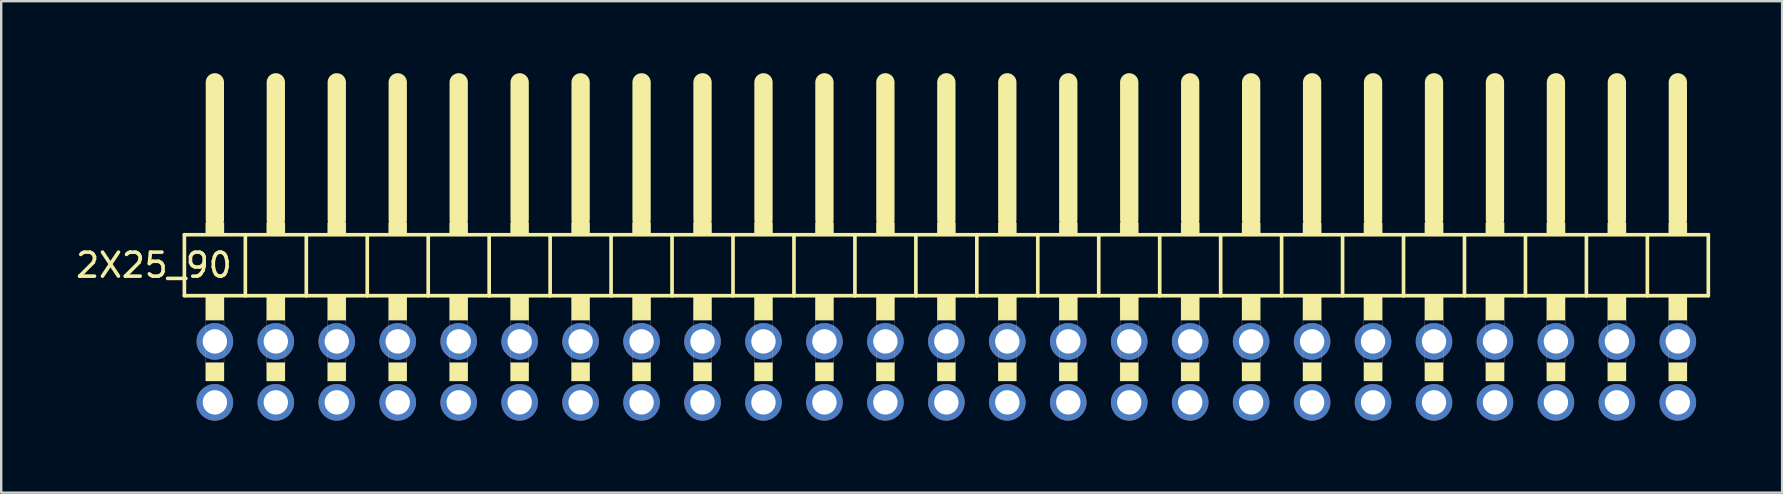
<source format=kicad_pcb>
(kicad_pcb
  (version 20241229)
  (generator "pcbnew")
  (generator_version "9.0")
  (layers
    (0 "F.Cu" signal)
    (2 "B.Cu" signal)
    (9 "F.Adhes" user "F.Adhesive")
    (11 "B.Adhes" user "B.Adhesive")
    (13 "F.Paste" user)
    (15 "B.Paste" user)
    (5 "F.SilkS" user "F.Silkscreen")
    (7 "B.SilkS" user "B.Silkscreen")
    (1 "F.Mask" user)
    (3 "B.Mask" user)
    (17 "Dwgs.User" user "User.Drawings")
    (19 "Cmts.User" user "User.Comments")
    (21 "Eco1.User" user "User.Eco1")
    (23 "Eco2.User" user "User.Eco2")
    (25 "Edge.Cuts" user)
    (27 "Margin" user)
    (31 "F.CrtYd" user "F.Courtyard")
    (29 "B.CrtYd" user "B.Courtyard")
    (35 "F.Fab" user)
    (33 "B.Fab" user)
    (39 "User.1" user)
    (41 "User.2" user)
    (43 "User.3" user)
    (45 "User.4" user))
  (footprint "2X25_90"
    (layer "F.Cu")
    (at 35.113 7.366)
    (property "Reference" "2X25_90" (at -31.75 0.635 180) (layer "F.SilkS") (effects (font (size 1 1) (thickness 0.15))))
    (attr through_hole)
    (fp_line (start -30.48 -0.635) (end -30.48 1.905) (stroke (width 0.152) (type solid)) (layer "F.SilkS"))
    (fp_line (start -30.48 1.905) (end -27.94 1.905) (stroke (width 0.152) (type solid)) (layer "F.SilkS"))
    (fp_line (start -29.21 -6.985) (end -29.21 -1.27) (stroke (width 0.762) (type solid)) (layer "F.SilkS"))
    (fp_line (start -27.94 -0.635) (end -30.48 -0.635) (stroke (width 0.152) (type solid)) (layer "F.SilkS"))
    (fp_line (start -27.94 1.905) (end -27.94 -0.635) (stroke (width 0.152) (type solid)) (layer "F.SilkS"))
    (fp_line (start -27.94 1.905) (end -25.4 1.905) (stroke (width 0.152) (type solid)) (layer "F.SilkS"))
    (fp_line (start -26.67 -6.985) (end -26.67 -1.27) (stroke (width 0.762) (type solid)) (layer "F.SilkS"))
    (fp_line (start -25.4 -0.635) (end -27.94 -0.635) (stroke (width 0.152) (type solid)) (layer "F.SilkS"))
    (fp_line (start -25.4 1.905) (end -25.4 -0.635) (stroke (width 0.152) (type solid)) (layer "F.SilkS"))
    (fp_line (start -25.4 1.905) (end -22.86 1.905) (stroke (width 0.152) (type solid)) (layer "F.SilkS"))
    (fp_line (start -24.13 -6.985) (end -24.13 -1.27) (stroke (width 0.762) (type solid)) (layer "F.SilkS"))
    (fp_line (start -22.86 -0.635) (end -25.4 -0.635) (stroke (width 0.152) (type solid)) (layer "F.SilkS"))
    (fp_line (start -22.86 1.905) (end -22.86 -0.635) (stroke (width 0.152) (type solid)) (layer "F.SilkS"))
    (fp_line (start -22.86 1.905) (end -20.32 1.905) (stroke (width 0.152) (type solid)) (layer "F.SilkS"))
    (fp_line (start -21.59 -6.985) (end -21.59 -1.27) (stroke (width 0.762) (type solid)) (layer "F.SilkS"))
    (fp_line (start -20.32 -0.635) (end -22.86 -0.635) (stroke (width 0.152) (type solid)) (layer "F.SilkS"))
    (fp_line (start -20.32 1.905) (end -20.32 -0.635) (stroke (width 0.152) (type solid)) (layer "F.SilkS"))
    (fp_line (start -20.32 1.905) (end -17.78 1.905) (stroke (width 0.152) (type solid)) (layer "F.SilkS"))
    (fp_line (start -19.05 -6.985) (end -19.05 -1.27) (stroke (width 0.762) (type solid)) (layer "F.SilkS"))
    (fp_line (start -17.78 -0.635) (end -20.32 -0.635) (stroke (width 0.152) (type solid)) (layer "F.SilkS"))
    (fp_line (start -17.78 1.905) (end -17.78 -0.635) (stroke (width 0.152) (type solid)) (layer "F.SilkS"))
    (fp_line (start -17.78 1.905) (end -15.24 1.905) (stroke (width 0.152) (type solid)) (layer "F.SilkS"))
    (fp_line (start -16.51 -6.985) (end -16.51 -1.27) (stroke (width 0.762) (type solid)) (layer "F.SilkS"))
    (fp_line (start -15.24 -0.635) (end -17.78 -0.635) (stroke (width 0.152) (type solid)) (layer "F.SilkS"))
    (fp_line (start -15.24 1.905) (end -15.24 -0.635) (stroke (width 0.152) (type solid)) (layer "F.SilkS"))
    (fp_line (start -15.24 1.905) (end -12.7 1.905) (stroke (width 0.152) (type solid)) (layer "F.SilkS"))
    (fp_line (start -13.97 -6.985) (end -13.97 -1.27) (stroke (width 0.762) (type solid)) (layer "F.SilkS"))
    (fp_line (start -12.7 -0.635) (end -15.24 -0.635) (stroke (width 0.152) (type solid)) (layer "F.SilkS"))
    (fp_line (start -12.7 1.905) (end -12.7 -0.635) (stroke (width 0.152) (type solid)) (layer "F.SilkS"))
    (fp_line (start -12.7 1.905) (end -10.16 1.905) (stroke (width 0.152) (type solid)) (layer "F.SilkS"))
    (fp_line (start -11.43 -6.985) (end -11.43 -1.27) (stroke (width 0.762) (type solid)) (layer "F.SilkS"))
    (fp_line (start -10.16 -0.635) (end -12.7 -0.635) (stroke (width 0.152) (type solid)) (layer "F.SilkS"))
    (fp_line (start -10.16 1.905) (end -10.16 -0.635) (stroke (width 0.152) (type solid)) (layer "F.SilkS"))
    (fp_line (start -10.16 1.905) (end -7.62 1.905) (stroke (width 0.152) (type solid)) (layer "F.SilkS"))
    (fp_line (start -8.89 -6.985) (end -8.89 -1.27) (stroke (width 0.762) (type solid)) (layer "F.SilkS"))
    (fp_line (start -7.62 -0.635) (end -10.16 -0.635) (stroke (width 0.152) (type solid)) (layer "F.SilkS"))
    (fp_line (start -7.62 1.905) (end -7.62 -0.635) (stroke (width 0.152) (type solid)) (layer "F.SilkS"))
    (fp_line (start -7.62 1.905) (end -5.08 1.905) (stroke (width 0.152) (type solid)) (layer "F.SilkS"))
    (fp_line (start -6.35 -6.985) (end -6.35 -1.27) (stroke (width 0.762) (type solid)) (layer "F.SilkS"))
    (fp_line (start -5.08 -0.635) (end -7.62 -0.635) (stroke (width 0.152) (type solid)) (layer "F.SilkS"))
    (fp_line (start -5.08 1.905) (end -5.08 -0.635) (stroke (width 0.152) (type solid)) (layer "F.SilkS"))
    (fp_line (start -5.08 1.905) (end -2.54 1.905) (stroke (width 0.152) (type solid)) (layer "F.SilkS"))
    (fp_line (start -3.81 -6.985) (end -3.81 -1.27) (stroke (width 0.762) (type solid)) (layer "F.SilkS"))
    (fp_line (start -2.54 -0.635) (end -5.08 -0.635) (stroke (width 0.152) (type solid)) (layer "F.SilkS"))
    (fp_line (start -2.54 1.905) (end -2.54 -0.635) (stroke (width 0.152) (type solid)) (layer "F.SilkS"))
    (fp_line (start -2.54 1.905) (end 0 1.905) (stroke (width 0.152) (type solid)) (layer "F.SilkS"))
    (fp_line (start -1.27 -6.985) (end -1.27 -1.27) (stroke (width 0.762) (type solid)) (layer "F.SilkS"))
    (fp_line (start 0 -0.635) (end -2.54 -0.635) (stroke (width 0.152) (type solid)) (layer "F.SilkS"))
    (fp_line (start 0 1.905) (end 0 -0.635) (stroke (width 0.152) (type solid)) (layer "F.SilkS"))
    (fp_line (start 0 1.905) (end 2.54 1.905) (stroke (width 0.152) (type solid)) (layer "F.SilkS"))
    (fp_line (start 1.27 -6.985) (end 1.27 -1.27) (stroke (width 0.762) (type solid)) (layer "F.SilkS"))
    (fp_line (start 2.54 -0.635) (end 0 -0.635) (stroke (width 0.152) (type solid)) (layer "F.SilkS"))
    (fp_line (start 2.54 1.905) (end 2.54 -0.635) (stroke (width 0.152) (type solid)) (layer "F.SilkS"))
    (fp_line (start 2.54 1.905) (end 5.08 1.905) (stroke (width 0.152) (type solid)) (layer "F.SilkS"))
    (fp_line (start 3.81 -6.985) (end 3.81 -1.27) (stroke (width 0.762) (type solid)) (layer "F.SilkS"))
    (fp_line (start 5.08 -0.635) (end 2.54 -0.635) (stroke (width 0.152) (type solid)) (layer "F.SilkS"))
    (fp_line (start 5.08 1.905) (end 5.08 -0.635) (stroke (width 0.152) (type solid)) (layer "F.SilkS"))
    (fp_line (start 5.08 1.905) (end 7.62 1.905) (stroke (width 0.152) (type solid)) (layer "F.SilkS"))
    (fp_line (start 6.35 -6.985) (end 6.35 -1.27) (stroke (width 0.762) (type solid)) (layer "F.SilkS"))
    (fp_line (start 7.62 -0.635) (end 5.08 -0.635) (stroke (width 0.152) (type solid)) (layer "F.SilkS"))
    (fp_line (start 7.62 1.905) (end 7.62 -0.635) (stroke (width 0.152) (type solid)) (layer "F.SilkS"))
    (fp_line (start 7.62 1.905) (end 10.16 1.905) (stroke (width 0.152) (type solid)) (layer "F.SilkS"))
    (fp_line (start 8.89 -6.985) (end 8.89 -1.27) (stroke (width 0.762) (type solid)) (layer "F.SilkS"))
    (fp_line (start 10.16 -0.635) (end 7.62 -0.635) (stroke (width 0.152) (type solid)) (layer "F.SilkS"))
    (fp_line (start 10.16 1.905) (end 10.16 -0.635) (stroke (width 0.152) (type solid)) (layer "F.SilkS"))
    (fp_line (start 10.16 1.905) (end 12.7 1.905) (stroke (width 0.152) (type solid)) (layer "F.SilkS"))
    (fp_line (start 11.43 -6.985) (end 11.43 -1.27) (stroke (width 0.762) (type solid)) (layer "F.SilkS"))
    (fp_line (start 12.7 -0.635) (end 10.16 -0.635) (stroke (width 0.152) (type solid)) (layer "F.SilkS"))
    (fp_line (start 12.7 1.905) (end 12.7 -0.635) (stroke (width 0.152) (type solid)) (layer "F.SilkS"))
    (fp_line (start 12.7 1.905) (end 15.24 1.905) (stroke (width 0.152) (type solid)) (layer "F.SilkS"))
    (fp_line (start 13.97 -6.985) (end 13.97 -1.27) (stroke (width 0.762) (type solid)) (layer "F.SilkS"))
    (fp_line (start 15.24 -0.635) (end 12.7 -0.635) (stroke (width 0.152) (type solid)) (layer "F.SilkS"))
    (fp_line (start 15.24 1.905) (end 15.24 -0.635) (stroke (width 0.152) (type solid)) (layer "F.SilkS"))
    (fp_line (start 15.24 1.905) (end 17.78 1.905) (stroke (width 0.152) (type solid)) (layer "F.SilkS"))
    (fp_line (start 16.51 -6.985) (end 16.51 -1.27) (stroke (width 0.762) (type solid)) (layer "F.SilkS"))
    (fp_line (start 17.78 -0.635) (end 15.24 -0.635) (stroke (width 0.152) (type solid)) (layer "F.SilkS"))
    (fp_line (start 17.78 1.905) (end 17.78 -0.635) (stroke (width 0.152) (type solid)) (layer "F.SilkS"))
    (fp_line (start 17.78 1.905) (end 20.32 1.905) (stroke (width 0.152) (type solid)) (layer "F.SilkS"))
    (fp_line (start 19.05 -6.985) (end 19.05 -1.27) (stroke (width 0.762) (type solid)) (layer "F.SilkS"))
    (fp_line (start 20.32 -0.635) (end 17.78 -0.635) (stroke (width 0.152) (type solid)) (layer "F.SilkS"))
    (fp_line (start 20.32 1.905) (end 20.32 -0.635) (stroke (width 0.152) (type solid)) (layer "F.SilkS"))
    (fp_line (start 20.32 1.905) (end 22.86 1.905) (stroke (width 0.152) (type solid)) (layer "F.SilkS"))
    (fp_line (start 21.59 -6.985) (end 21.59 -1.27) (stroke (width 0.762) (type solid)) (layer "F.SilkS"))
    (fp_line (start 22.86 -0.635) (end 20.32 -0.635) (stroke (width 0.152) (type solid)) (layer "F.SilkS"))
    (fp_line (start 22.86 1.905) (end 22.86 -0.635) (stroke (width 0.152) (type solid)) (layer "F.SilkS"))
    (fp_line (start 22.86 1.905) (end 25.4 1.905) (stroke (width 0.152) (type solid)) (layer "F.SilkS"))
    (fp_line (start 24.13 -6.985) (end 24.13 -1.27) (stroke (width 0.762) (type solid)) (layer "F.SilkS"))
    (fp_line (start 25.4 -0.635) (end 22.86 -0.635) (stroke (width 0.152) (type solid)) (layer "F.SilkS"))
    (fp_line (start 25.4 1.905) (end 25.4 -0.635) (stroke (width 0.152) (type solid)) (layer "F.SilkS"))
    (fp_line (start 25.4 1.905) (end 27.94 1.905) (stroke (width 0.152) (type solid)) (layer "F.SilkS"))
    (fp_line (start 26.67 -6.985) (end 26.67 -1.27) (stroke (width 0.762) (type solid)) (layer "F.SilkS"))
    (fp_line (start 27.94 -0.635) (end 25.4 -0.635) (stroke (width 0.152) (type solid)) (layer "F.SilkS"))
    (fp_line (start 27.94 1.905) (end 27.94 -0.635) (stroke (width 0.152) (type solid)) (layer "F.SilkS"))
    (fp_line (start 27.94 1.905) (end 30.48 1.905) (stroke (width 0.152) (type solid)) (layer "F.SilkS"))
    (fp_line (start 29.21 -6.985) (end 29.21 -1.27) (stroke (width 0.762) (type solid)) (layer "F.SilkS"))
    (fp_line (start 30.48 -0.635) (end 27.94 -0.635) (stroke (width 0.152) (type solid)) (layer "F.SilkS"))
    (fp_line (start 30.48 1.905) (end 30.48 -0.635) (stroke (width 0.152) (type solid)) (layer "F.SilkS"))
    (fp_line (start 30.48 1.905) (end 33.02 1.905) (stroke (width 0.152) (type solid)) (layer "F.SilkS"))
    (fp_line (start 31.75 -6.985) (end 31.75 -1.27) (stroke (width 0.762) (type solid)) (layer "F.SilkS"))
    (fp_line (start 33.02 -0.635) (end 30.48 -0.635) (stroke (width 0.152) (type solid)) (layer "F.SilkS"))
    (fp_line (start 33.02 1.905) (end 33.02 -0.635) (stroke (width 0.152) (type solid)) (layer "F.SilkS"))
    (fp_poly (pts (xy -29.591 -1.143) (xy -28.829 -1.143) (xy -28.829 -0.635) (xy -29.591 -0.635)) (stroke (width 0.01) (type solid)) (fill yes) (layer "F.SilkS"))
    (fp_poly (pts (xy -29.591 1.905) (xy -28.829 1.905) (xy -28.829 2.921) (xy -29.591 2.921)) (stroke (width 0.01) (type solid)) (fill yes) (layer "F.SilkS"))
    (fp_poly (pts (xy -29.591 4.699) (xy -28.829 4.699) (xy -28.829 5.461) (xy -29.591 5.461)) (stroke (width 0.01) (type solid)) (fill yes) (layer "F.SilkS"))
    (fp_poly (pts (xy -27.051 -1.143) (xy -26.289 -1.143) (xy -26.289 -0.635) (xy -27.051 -0.635)) (stroke (width 0.01) (type solid)) (fill yes) (layer "F.SilkS"))
    (fp_poly (pts (xy -27.051 1.905) (xy -26.289 1.905) (xy -26.289 2.921) (xy -27.051 2.921)) (stroke (width 0.01) (type solid)) (fill yes) (layer "F.SilkS"))
    (fp_poly (pts (xy -27.051 4.699) (xy -26.289 4.699) (xy -26.289 5.461) (xy -27.051 5.461)) (stroke (width 0.01) (type solid)) (fill yes) (layer "F.SilkS"))
    (fp_poly (pts (xy -24.511 -1.143) (xy -23.749 -1.143) (xy -23.749 -0.635) (xy -24.511 -0.635)) (stroke (width 0.01) (type solid)) (fill yes) (layer "F.SilkS"))
    (fp_poly (pts (xy -24.511 1.905) (xy -23.749 1.905) (xy -23.749 2.921) (xy -24.511 2.921)) (stroke (width 0.01) (type solid)) (fill yes) (layer "F.SilkS"))
    (fp_poly (pts (xy -24.511 4.699) (xy -23.749 4.699) (xy -23.749 5.461) (xy -24.511 5.461)) (stroke (width 0.01) (type solid)) (fill yes) (layer "F.SilkS"))
    (fp_poly (pts (xy -21.971 -1.143) (xy -21.209 -1.143) (xy -21.209 -0.635) (xy -21.971 -0.635)) (stroke (width 0.01) (type solid)) (fill yes) (layer "F.SilkS"))
    (fp_poly (pts (xy -21.971 1.905) (xy -21.209 1.905) (xy -21.209 2.921) (xy -21.971 2.921)) (stroke (width 0.01) (type solid)) (fill yes) (layer "F.SilkS"))
    (fp_poly (pts (xy -21.971 4.699) (xy -21.209 4.699) (xy -21.209 5.461) (xy -21.971 5.461)) (stroke (width 0.01) (type solid)) (fill yes) (layer "F.SilkS"))
    (fp_poly (pts (xy -19.431 -1.143) (xy -18.669 -1.143) (xy -18.669 -0.635) (xy -19.431 -0.635)) (stroke (width 0.01) (type solid)) (fill yes) (layer "F.SilkS"))
    (fp_poly (pts (xy -19.431 1.905) (xy -18.669 1.905) (xy -18.669 2.921) (xy -19.431 2.921)) (stroke (width 0.01) (type solid)) (fill yes) (layer "F.SilkS"))
    (fp_poly (pts (xy -19.431 4.699) (xy -18.669 4.699) (xy -18.669 5.461) (xy -19.431 5.461)) (stroke (width 0.01) (type solid)) (fill yes) (layer "F.SilkS"))
    (fp_poly (pts (xy -16.891 -1.143) (xy -16.129 -1.143) (xy -16.129 -0.635) (xy -16.891 -0.635)) (stroke (width 0.01) (type solid)) (fill yes) (layer "F.SilkS"))
    (fp_poly (pts (xy -16.891 1.905) (xy -16.129 1.905) (xy -16.129 2.921) (xy -16.891 2.921)) (stroke (width 0.01) (type solid)) (fill yes) (layer "F.SilkS"))
    (fp_poly (pts (xy -16.891 4.699) (xy -16.129 4.699) (xy -16.129 5.461) (xy -16.891 5.461)) (stroke (width 0.01) (type solid)) (fill yes) (layer "F.SilkS"))
    (fp_poly (pts (xy -14.351 -1.143) (xy -13.589 -1.143) (xy -13.589 -0.635) (xy -14.351 -0.635)) (stroke (width 0.01) (type solid)) (fill yes) (layer "F.SilkS"))
    (fp_poly (pts (xy -14.351 1.905) (xy -13.589 1.905) (xy -13.589 2.921) (xy -14.351 2.921)) (stroke (width 0.01) (type solid)) (fill yes) (layer "F.SilkS"))
    (fp_poly (pts (xy -14.351 4.699) (xy -13.589 4.699) (xy -13.589 5.461) (xy -14.351 5.461)) (stroke (width 0.01) (type solid)) (fill yes) (layer "F.SilkS"))
    (fp_poly (pts (xy -11.811 -1.143) (xy -11.049 -1.143) (xy -11.049 -0.635) (xy -11.811 -0.635)) (stroke (width 0.01) (type solid)) (fill yes) (layer "F.SilkS"))
    (fp_poly (pts (xy -11.811 1.905) (xy -11.049 1.905) (xy -11.049 2.921) (xy -11.811 2.921)) (stroke (width 0.01) (type solid)) (fill yes) (layer "F.SilkS"))
    (fp_poly (pts (xy -11.811 4.699) (xy -11.049 4.699) (xy -11.049 5.461) (xy -11.811 5.461)) (stroke (width 0.01) (type solid)) (fill yes) (layer "F.SilkS"))
    (fp_poly (pts (xy -9.271 -1.143) (xy -8.509 -1.143) (xy -8.509 -0.635) (xy -9.271 -0.635)) (stroke (width 0.01) (type solid)) (fill yes) (layer "F.SilkS"))
    (fp_poly (pts (xy -9.271 1.905) (xy -8.509 1.905) (xy -8.509 2.921) (xy -9.271 2.921)) (stroke (width 0.01) (type solid)) (fill yes) (layer "F.SilkS"))
    (fp_poly (pts (xy -9.271 4.699) (xy -8.509 4.699) (xy -8.509 5.461) (xy -9.271 5.461)) (stroke (width 0.01) (type solid)) (fill yes) (layer "F.SilkS"))
    (fp_poly (pts (xy -6.731 -1.143) (xy -5.969 -1.143) (xy -5.969 -0.635) (xy -6.731 -0.635)) (stroke (width 0.01) (type solid)) (fill yes) (layer "F.SilkS"))
    (fp_poly (pts (xy -6.731 1.905) (xy -5.969 1.905) (xy -5.969 2.921) (xy -6.731 2.921)) (stroke (width 0.01) (type solid)) (fill yes) (layer "F.SilkS"))
    (fp_poly (pts (xy -6.731 4.699) (xy -5.969 4.699) (xy -5.969 5.461) (xy -6.731 5.461)) (stroke (width 0.01) (type solid)) (fill yes) (layer "F.SilkS"))
    (fp_poly (pts (xy -4.191 -1.143) (xy -3.429 -1.143) (xy -3.429 -0.635) (xy -4.191 -0.635)) (stroke (width 0.01) (type solid)) (fill yes) (layer "F.SilkS"))
    (fp_poly (pts (xy -4.191 1.905) (xy -3.429 1.905) (xy -3.429 2.921) (xy -4.191 2.921)) (stroke (width 0.01) (type solid)) (fill yes) (layer "F.SilkS"))
    (fp_poly (pts (xy -4.191 4.699) (xy -3.429 4.699) (xy -3.429 5.461) (xy -4.191 5.461)) (stroke (width 0.01) (type solid)) (fill yes) (layer "F.SilkS"))
    (fp_poly (pts (xy -1.651 -1.143) (xy -0.889 -1.143) (xy -0.889 -0.635) (xy -1.651 -0.635)) (stroke (width 0.01) (type solid)) (fill yes) (layer "F.SilkS"))
    (fp_poly (pts (xy -1.651 1.905) (xy -0.889 1.905) (xy -0.889 2.921) (xy -1.651 2.921)) (stroke (width 0.01) (type solid)) (fill yes) (layer "F.SilkS"))
    (fp_poly (pts (xy -1.651 4.699) (xy -0.889 4.699) (xy -0.889 5.461) (xy -1.651 5.461)) (stroke (width 0.01) (type solid)) (fill yes) (layer "F.SilkS"))
    (fp_poly (pts (xy 0.889 -1.143) (xy 1.651 -1.143) (xy 1.651 -0.635) (xy 0.889 -0.635)) (stroke (width 0.01) (type solid)) (fill yes) (layer "F.SilkS"))
    (fp_poly (pts (xy 0.889 1.905) (xy 1.651 1.905) (xy 1.651 2.921) (xy 0.889 2.921)) (stroke (width 0.01) (type solid)) (fill yes) (layer "F.SilkS"))
    (fp_poly (pts (xy 0.889 4.699) (xy 1.651 4.699) (xy 1.651 5.461) (xy 0.889 5.461)) (stroke (width 0.01) (type solid)) (fill yes) (layer "F.SilkS"))
    (fp_poly (pts (xy 3.429 -1.143) (xy 4.191 -1.143) (xy 4.191 -0.635) (xy 3.429 -0.635)) (stroke (width 0.01) (type solid)) (fill yes) (layer "F.SilkS"))
    (fp_poly (pts (xy 3.429 1.905) (xy 4.191 1.905) (xy 4.191 2.921) (xy 3.429 2.921)) (stroke (width 0.01) (type solid)) (fill yes) (layer "F.SilkS"))
    (fp_poly (pts (xy 3.429 4.699) (xy 4.191 4.699) (xy 4.191 5.461) (xy 3.429 5.461)) (stroke (width 0.01) (type solid)) (fill yes) (layer "F.SilkS"))
    (fp_poly (pts (xy 5.969 -1.143) (xy 6.731 -1.143) (xy 6.731 -0.635) (xy 5.969 -0.635)) (stroke (width 0.01) (type solid)) (fill yes) (layer "F.SilkS"))
    (fp_poly (pts (xy 5.969 1.905) (xy 6.731 1.905) (xy 6.731 2.921) (xy 5.969 2.921)) (stroke (width 0.01) (type solid)) (fill yes) (layer "F.SilkS"))
    (fp_poly (pts (xy 5.969 4.699) (xy 6.731 4.699) (xy 6.731 5.461) (xy 5.969 5.461)) (stroke (width 0.01) (type solid)) (fill yes) (layer "F.SilkS"))
    (fp_poly (pts (xy 8.509 -1.143) (xy 9.271 -1.143) (xy 9.271 -0.635) (xy 8.509 -0.635)) (stroke (width 0.01) (type solid)) (fill yes) (layer "F.SilkS"))
    (fp_poly (pts (xy 8.509 1.905) (xy 9.271 1.905) (xy 9.271 2.921) (xy 8.509 2.921)) (stroke (width 0.01) (type solid)) (fill yes) (layer "F.SilkS"))
    (fp_poly (pts (xy 8.509 4.699) (xy 9.271 4.699) (xy 9.271 5.461) (xy 8.509 5.461)) (stroke (width 0.01) (type solid)) (fill yes) (layer "F.SilkS"))
    (fp_poly (pts (xy 11.049 -1.143) (xy 11.811 -1.143) (xy 11.811 -0.635) (xy 11.049 -0.635)) (stroke (width 0.01) (type solid)) (fill yes) (layer "F.SilkS"))
    (fp_poly (pts (xy 11.049 1.905) (xy 11.811 1.905) (xy 11.811 2.921) (xy 11.049 2.921)) (stroke (width 0.01) (type solid)) (fill yes) (layer "F.SilkS"))
    (fp_poly (pts (xy 11.049 4.699) (xy 11.811 4.699) (xy 11.811 5.461) (xy 11.049 5.461)) (stroke (width 0.01) (type solid)) (fill yes) (layer "F.SilkS"))
    (fp_poly (pts (xy 13.589 -1.143) (xy 14.351 -1.143) (xy 14.351 -0.635) (xy 13.589 -0.635)) (stroke (width 0.01) (type solid)) (fill yes) (layer "F.SilkS"))
    (fp_poly (pts (xy 13.589 1.905) (xy 14.351 1.905) (xy 14.351 2.921) (xy 13.589 2.921)) (stroke (width 0.01) (type solid)) (fill yes) (layer "F.SilkS"))
    (fp_poly (pts (xy 13.589 4.699) (xy 14.351 4.699) (xy 14.351 5.461) (xy 13.589 5.461)) (stroke (width 0.01) (type solid)) (fill yes) (layer "F.SilkS"))
    (fp_poly (pts (xy 16.129 -1.143) (xy 16.891 -1.143) (xy 16.891 -0.635) (xy 16.129 -0.635)) (stroke (width 0.01) (type solid)) (fill yes) (layer "F.SilkS"))
    (fp_poly (pts (xy 16.129 1.905) (xy 16.891 1.905) (xy 16.891 2.921) (xy 16.129 2.921)) (stroke (width 0.01) (type solid)) (fill yes) (layer "F.SilkS"))
    (fp_poly (pts (xy 16.129 4.699) (xy 16.891 4.699) (xy 16.891 5.461) (xy 16.129 5.461)) (stroke (width 0.01) (type solid)) (fill yes) (layer "F.SilkS"))
    (fp_poly (pts (xy 18.669 -1.143) (xy 19.431 -1.143) (xy 19.431 -0.635) (xy 18.669 -0.635)) (stroke (width 0.01) (type solid)) (fill yes) (layer "F.SilkS"))
    (fp_poly (pts (xy 18.669 1.905) (xy 19.431 1.905) (xy 19.431 2.921) (xy 18.669 2.921)) (stroke (width 0.01) (type solid)) (fill yes) (layer "F.SilkS"))
    (fp_poly (pts (xy 18.669 4.699) (xy 19.431 4.699) (xy 19.431 5.461) (xy 18.669 5.461)) (stroke (width 0.01) (type solid)) (fill yes) (layer "F.SilkS"))
    (fp_poly (pts (xy 21.209 -1.143) (xy 21.971 -1.143) (xy 21.971 -0.635) (xy 21.209 -0.635)) (stroke (width 0.01) (type solid)) (fill yes) (layer "F.SilkS"))
    (fp_poly (pts (xy 21.209 1.905) (xy 21.971 1.905) (xy 21.971 2.921) (xy 21.209 2.921)) (stroke (width 0.01) (type solid)) (fill yes) (layer "F.SilkS"))
    (fp_poly (pts (xy 21.209 4.699) (xy 21.971 4.699) (xy 21.971 5.461) (xy 21.209 5.461)) (stroke (width 0.01) (type solid)) (fill yes) (layer "F.SilkS"))
    (fp_poly (pts (xy 23.749 -1.143) (xy 24.511 -1.143) (xy 24.511 -0.635) (xy 23.749 -0.635)) (stroke (width 0.01) (type solid)) (fill yes) (layer "F.SilkS"))
    (fp_poly (pts (xy 23.749 1.905) (xy 24.511 1.905) (xy 24.511 2.921) (xy 23.749 2.921)) (stroke (width 0.01) (type solid)) (fill yes) (layer "F.SilkS"))
    (fp_poly (pts (xy 23.749 4.699) (xy 24.511 4.699) (xy 24.511 5.461) (xy 23.749 5.461)) (stroke (width 0.01) (type solid)) (fill yes) (layer "F.SilkS"))
    (fp_poly (pts (xy 26.289 -1.143) (xy 27.051 -1.143) (xy 27.051 -0.635) (xy 26.289 -0.635)) (stroke (width 0.01) (type solid)) (fill yes) (layer "F.SilkS"))
    (fp_poly (pts (xy 26.289 1.905) (xy 27.051 1.905) (xy 27.051 2.921) (xy 26.289 2.921)) (stroke (width 0.01) (type solid)) (fill yes) (layer "F.SilkS"))
    (fp_poly (pts (xy 26.289 4.699) (xy 27.051 4.699) (xy 27.051 5.461) (xy 26.289 5.461)) (stroke (width 0.01) (type solid)) (fill yes) (layer "F.SilkS"))
    (fp_poly (pts (xy 28.829 -1.143) (xy 29.591 -1.143) (xy 29.591 -0.635) (xy 28.829 -0.635)) (stroke (width 0.01) (type solid)) (fill yes) (layer "F.SilkS"))
    (fp_poly (pts (xy 28.829 1.905) (xy 29.591 1.905) (xy 29.591 2.921) (xy 28.829 2.921)) (stroke (width 0.01) (type solid)) (fill yes) (layer "F.SilkS"))
    (fp_poly (pts (xy 28.829 4.699) (xy 29.591 4.699) (xy 29.591 5.461) (xy 28.829 5.461)) (stroke (width 0.01) (type solid)) (fill yes) (layer "F.SilkS"))
    (fp_poly (pts (xy 31.369 -1.143) (xy 32.131 -1.143) (xy 32.131 -0.635) (xy 31.369 -0.635)) (stroke (width 0.01) (type solid)) (fill yes) (layer "F.SilkS"))
    (fp_poly (pts (xy 31.369 1.905) (xy 32.131 1.905) (xy 32.131 2.921) (xy 31.369 2.921)) (stroke (width 0.01) (type solid)) (fill yes) (layer "F.SilkS"))
    (fp_poly (pts (xy 31.369 4.699) (xy 32.131 4.699) (xy 32.131 5.461) (xy 31.369 5.461)) (stroke (width 0.01) (type solid)) (fill yes) (layer "F.SilkS"))
    (fp_poly (pts (xy -29.591 2.921) (xy -28.829 2.921) (xy -28.829 4.699) (xy -29.591 4.699)) (stroke (width 0.01) (type solid)) (fill no) (layer "F.Fab"))
    (fp_poly (pts (xy -27.051 2.921) (xy -26.289 2.921) (xy -26.289 4.699) (xy -27.051 4.699)) (stroke (width 0.01) (type solid)) (fill no) (layer "F.Fab"))
    (fp_poly (pts (xy -24.511 2.921) (xy -23.749 2.921) (xy -23.749 4.699) (xy -24.511 4.699)) (stroke (width 0.01) (type solid)) (fill no) (layer "F.Fab"))
    (fp_poly (pts (xy -21.971 2.921) (xy -21.209 2.921) (xy -21.209 4.699) (xy -21.971 4.699)) (stroke (width 0.01) (type solid)) (fill no) (layer "F.Fab"))
    (fp_poly (pts (xy -19.431 2.921) (xy -18.669 2.921) (xy -18.669 4.699) (xy -19.431 4.699)) (stroke (width 0.01) (type solid)) (fill no) (layer "F.Fab"))
    (fp_poly (pts (xy -16.891 2.921) (xy -16.129 2.921) (xy -16.129 4.699) (xy -16.891 4.699)) (stroke (width 0.01) (type solid)) (fill no) (layer "F.Fab"))
    (fp_poly (pts (xy -14.351 2.921) (xy -13.589 2.921) (xy -13.589 4.699) (xy -14.351 4.699)) (stroke (width 0.01) (type solid)) (fill no) (layer "F.Fab"))
    (fp_poly (pts (xy -11.811 2.921) (xy -11.049 2.921) (xy -11.049 4.699) (xy -11.811 4.699)) (stroke (width 0.01) (type solid)) (fill no) (layer "F.Fab"))
    (fp_poly (pts (xy -9.271 2.921) (xy -8.509 2.921) (xy -8.509 4.699) (xy -9.271 4.699)) (stroke (width 0.01) (type solid)) (fill no) (layer "F.Fab"))
    (fp_poly (pts (xy -6.731 2.921) (xy -5.969 2.921) (xy -5.969 4.699) (xy -6.731 4.699)) (stroke (width 0.01) (type solid)) (fill no) (layer "F.Fab"))
    (fp_poly (pts (xy -4.191 2.921) (xy -3.429 2.921) (xy -3.429 4.699) (xy -4.191 4.699)) (stroke (width 0.01) (type solid)) (fill no) (layer "F.Fab"))
    (fp_poly (pts (xy -1.651 2.921) (xy -0.889 2.921) (xy -0.889 4.699) (xy -1.651 4.699)) (stroke (width 0.01) (type solid)) (fill no) (layer "F.Fab"))
    (fp_poly (pts (xy 0.889 2.921) (xy 1.651 2.921) (xy 1.651 4.699) (xy 0.889 4.699)) (stroke (width 0.01) (type solid)) (fill no) (layer "F.Fab"))
    (fp_poly (pts (xy 3.429 2.921) (xy 4.191 2.921) (xy 4.191 4.699) (xy 3.429 4.699)) (stroke (width 0.01) (type solid)) (fill no) (layer "F.Fab"))
    (fp_poly (pts (xy 5.969 2.921) (xy 6.731 2.921) (xy 6.731 4.699) (xy 5.969 4.699)) (stroke (width 0.01) (type solid)) (fill no) (layer "F.Fab"))
    (fp_poly (pts (xy 8.509 2.921) (xy 9.271 2.921) (xy 9.271 4.699) (xy 8.509 4.699)) (stroke (width 0.01) (type solid)) (fill no) (layer "F.Fab"))
    (fp_poly (pts (xy 11.049 2.921) (xy 11.811 2.921) (xy 11.811 4.699) (xy 11.049 4.699)) (stroke (width 0.01) (type solid)) (fill no) (layer "F.Fab"))
    (fp_poly (pts (xy 13.589 2.921) (xy 14.351 2.921) (xy 14.351 4.699) (xy 13.589 4.699)) (stroke (width 0.01) (type solid)) (fill no) (layer "F.Fab"))
    (fp_poly (pts (xy 16.129 2.921) (xy 16.891 2.921) (xy 16.891 4.699) (xy 16.129 4.699)) (stroke (width 0.01) (type solid)) (fill no) (layer "F.Fab"))
    (fp_poly (pts (xy 18.669 2.921) (xy 19.431 2.921) (xy 19.431 4.699) (xy 18.669 4.699)) (stroke (width 0.01) (type solid)) (fill no) (layer "F.Fab"))
    (fp_poly (pts (xy 21.209 2.921) (xy 21.971 2.921) (xy 21.971 4.699) (xy 21.209 4.699)) (stroke (width 0.01) (type solid)) (fill no) (layer "F.Fab"))
    (fp_poly (pts (xy 23.749 2.921) (xy 24.511 2.921) (xy 24.511 4.699) (xy 23.749 4.699)) (stroke (width 0.01) (type solid)) (fill no) (layer "F.Fab"))
    (fp_poly (pts (xy 26.289 2.921) (xy 27.051 2.921) (xy 27.051 4.699) (xy 26.289 4.699)) (stroke (width 0.01) (type solid)) (fill no) (layer "F.Fab"))
    (fp_poly (pts (xy 28.829 2.921) (xy 29.591 2.921) (xy 29.591 4.699) (xy 28.829 4.699)) (stroke (width 0.01) (type solid)) (fill no) (layer "F.Fab"))
    (fp_poly (pts (xy 31.369 2.921) (xy 32.131 2.921) (xy 32.131 4.699) (xy 31.369 4.699)) (stroke (width 0.01) (type solid)) (fill no) (layer "F.Fab"))
    (pad "1" thru_hole circle (at -29.21 6.35) (size 1.524 1.524) (drill 1.016) (layers "*.Cu" "*.Mask"))
    (pad "2" thru_hole circle (at -29.21 3.81) (size 1.524 1.524) (drill 1.016) (layers "*.Cu" "*.Mask"))
    (pad "3" thru_hole circle (at -26.67 6.35) (size 1.524 1.524) (drill 1.016) (layers "*.Cu" "*.Mask"))
    (pad "4" thru_hole circle (at -26.67 3.81) (size 1.524 1.524) (drill 1.016) (layers "*.Cu" "*.Mask"))
    (pad "5" thru_hole circle (at -24.13 6.35) (size 1.524 1.524) (drill 1.016) (layers "*.Cu" "*.Mask"))
    (pad "6" thru_hole circle (at -24.13 3.81) (size 1.524 1.524) (drill 1.016) (layers "*.Cu" "*.Mask"))
    (pad "7" thru_hole circle (at -21.59 6.35) (size 1.524 1.524) (drill 1.016) (layers "*.Cu" "*.Mask"))
    (pad "8" thru_hole circle (at -21.59 3.81) (size 1.524 1.524) (drill 1.016) (layers "*.Cu" "*.Mask"))
    (pad "9" thru_hole circle (at -19.05 6.35) (size 1.524 1.524) (drill 1.016) (layers "*.Cu" "*.Mask"))
    (pad "10" thru_hole circle (at -19.05 3.81) (size 1.524 1.524) (drill 1.016) (layers "*.Cu" "*.Mask"))
    (pad "11" thru_hole circle (at -16.51 6.35) (size 1.524 1.524) (drill 1.016) (layers "*.Cu" "*.Mask"))
    (pad "12" thru_hole circle (at -16.51 3.81) (size 1.524 1.524) (drill 1.016) (layers "*.Cu" "*.Mask"))
    (pad "13" thru_hole circle (at -13.97 6.35) (size 1.524 1.524) (drill 1.016) (layers "*.Cu" "*.Mask"))
    (pad "14" thru_hole circle (at -13.97 3.81) (size 1.524 1.524) (drill 1.016) (layers "*.Cu" "*.Mask"))
    (pad "15" thru_hole circle (at -11.43 6.35) (size 1.524 1.524) (drill 1.016) (layers "*.Cu" "*.Mask"))
    (pad "16" thru_hole circle (at -11.43 3.81) (size 1.524 1.524) (drill 1.016) (layers "*.Cu" "*.Mask"))
    (pad "17" thru_hole circle (at -8.89 6.35) (size 1.524 1.524) (drill 1.016) (layers "*.Cu" "*.Mask"))
    (pad "18" thru_hole circle (at -8.89 3.81) (size 1.524 1.524) (drill 1.016) (layers "*.Cu" "*.Mask"))
    (pad "19" thru_hole circle (at -6.35 6.35) (size 1.524 1.524) (drill 1.016) (layers "*.Cu" "*.Mask"))
    (pad "20" thru_hole circle (at -6.35 3.81) (size 1.524 1.524) (drill 1.016) (layers "*.Cu" "*.Mask"))
    (pad "21" thru_hole circle (at -3.81 6.35) (size 1.524 1.524) (drill 1.016) (layers "*.Cu" "*.Mask"))
    (pad "22" thru_hole circle (at -3.81 3.81) (size 1.524 1.524) (drill 1.016) (layers "*.Cu" "*.Mask"))
    (pad "23" thru_hole circle (at -1.27 6.35) (size 1.524 1.524) (drill 1.016) (layers "*.Cu" "*.Mask"))
    (pad "24" thru_hole circle (at -1.27 3.81) (size 1.524 1.524) (drill 1.016) (layers "*.Cu" "*.Mask"))
    (pad "25" thru_hole circle (at 1.27 6.35) (size 1.524 1.524) (drill 1.016) (layers "*.Cu" "*.Mask"))
    (pad "26" thru_hole circle (at 1.27 3.81) (size 1.524 1.524) (drill 1.016) (layers "*.Cu" "*.Mask"))
    (pad "27" thru_hole circle (at 3.81 6.35) (size 1.524 1.524) (drill 1.016) (layers "*.Cu" "*.Mask"))
    (pad "28" thru_hole circle (at 3.81 3.81) (size 1.524 1.524) (drill 1.016) (layers "*.Cu" "*.Mask"))
    (pad "29" thru_hole circle (at 6.35 6.35) (size 1.524 1.524) (drill 1.016) (layers "*.Cu" "*.Mask"))
    (pad "30" thru_hole circle (at 6.35 3.81) (size 1.524 1.524) (drill 1.016) (layers "*.Cu" "*.Mask"))
    (pad "31" thru_hole circle (at 8.89 6.35) (size 1.524 1.524) (drill 1.016) (layers "*.Cu" "*.Mask"))
    (pad "32" thru_hole circle (at 8.89 3.81) (size 1.524 1.524) (drill 1.016) (layers "*.Cu" "*.Mask"))
    (pad "33" thru_hole circle (at 11.43 6.35) (size 1.524 1.524) (drill 1.016) (layers "*.Cu" "*.Mask"))
    (pad "34" thru_hole circle (at 11.43 3.81) (size 1.524 1.524) (drill 1.016) (layers "*.Cu" "*.Mask"))
    (pad "35" thru_hole circle (at 13.97 6.35) (size 1.524 1.524) (drill 1.016) (layers "*.Cu" "*.Mask"))
    (pad "36" thru_hole circle (at 13.97 3.81) (size 1.524 1.524) (drill 1.016) (layers "*.Cu" "*.Mask"))
    (pad "37" thru_hole circle (at 16.51 6.35) (size 1.524 1.524) (drill 1.016) (layers "*.Cu" "*.Mask"))
    (pad "38" thru_hole circle (at 16.51 3.81) (size 1.524 1.524) (drill 1.016) (layers "*.Cu" "*.Mask"))
    (pad "39" thru_hole circle (at 19.05 6.35) (size 1.524 1.524) (drill 1.016) (layers "*.Cu" "*.Mask"))
    (pad "40" thru_hole circle (at 19.05 3.81) (size 1.524 1.524) (drill 1.016) (layers "*.Cu" "*.Mask"))
    (pad "41" thru_hole circle (at 21.59 3.81) (size 1.524 1.524) (drill 1.016) (layers "*.Cu" "*.Mask"))
    (pad "42" thru_hole circle (at 21.59 6.35) (size 1.524 1.524) (drill 1.016) (layers "*.Cu" "*.Mask"))
    (pad "43" thru_hole circle (at 24.13 3.81) (size 1.524 1.524) (drill 1.016) (layers "*.Cu" "*.Mask"))
    (pad "44" thru_hole circle (at 24.13 6.35) (size 1.524 1.524) (drill 1.016) (layers "*.Cu" "*.Mask"))
    (pad "45" thru_hole circle (at 26.67 3.81) (size 1.524 1.524) (drill 1.016) (layers "*.Cu" "*.Mask"))
    (pad "46" thru_hole circle (at 26.67 6.35) (size 1.524 1.524) (drill 1.016) (layers "*.Cu" "*.Mask"))
    (pad "47" thru_hole circle (at 29.21 3.81) (size 1.524 1.524) (drill 1.016) (layers "*.Cu" "*.Mask"))
    (pad "48" thru_hole circle (at 29.21 6.35) (size 1.524 1.524) (drill 1.016) (layers "*.Cu" "*.Mask"))
    (pad "49" thru_hole circle (at 31.75 3.81) (size 1.524 1.524) (drill 1.016) (layers "*.Cu" "*.Mask"))
    (pad "50" thru_hole circle (at 31.75 6.35) (size 1.524 1.524) (drill 1.016) (layers "*.Cu" "*.Mask")))
  (gr_rect
    (start -3 -3)
    (end 71.209 17.478)
    (stroke (width 0.1) (type default))
    (fill no)
    (layer "Edge.Cuts")))
</source>
